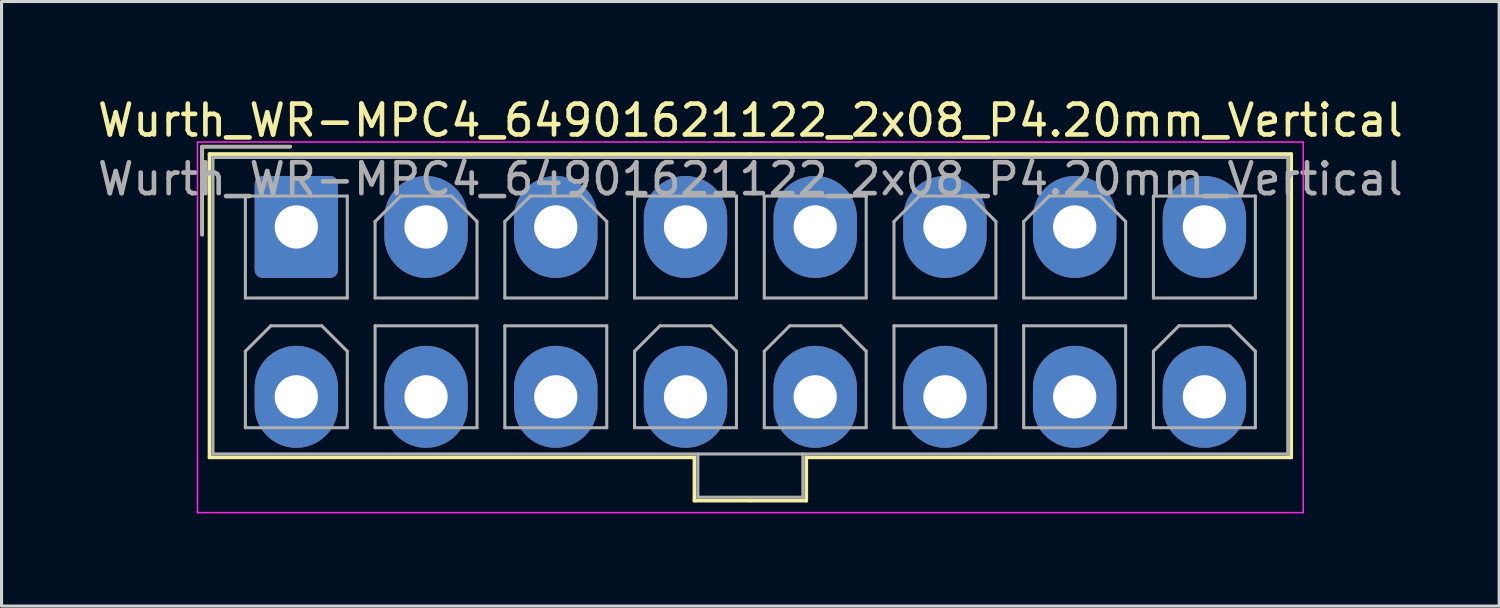
<source format=kicad_pcb>
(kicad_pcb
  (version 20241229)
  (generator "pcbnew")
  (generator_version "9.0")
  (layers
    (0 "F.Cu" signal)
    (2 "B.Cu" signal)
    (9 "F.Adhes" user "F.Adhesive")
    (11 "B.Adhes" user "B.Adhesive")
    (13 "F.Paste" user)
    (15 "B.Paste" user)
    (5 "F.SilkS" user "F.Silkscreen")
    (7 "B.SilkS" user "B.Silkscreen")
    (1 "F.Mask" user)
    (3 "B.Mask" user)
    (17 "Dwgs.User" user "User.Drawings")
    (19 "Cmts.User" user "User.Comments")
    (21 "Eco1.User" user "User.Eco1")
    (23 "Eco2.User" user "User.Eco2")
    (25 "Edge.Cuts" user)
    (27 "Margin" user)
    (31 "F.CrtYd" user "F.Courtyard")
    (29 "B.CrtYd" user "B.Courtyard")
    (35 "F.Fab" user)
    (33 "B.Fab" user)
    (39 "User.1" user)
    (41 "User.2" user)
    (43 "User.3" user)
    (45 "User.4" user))
  (footprint "Wurth_WR-MPC4_64901621122_2x08_P4.20mm_Vertical"
    (layer "F.Cu")
    (at 6.544 4.298)
    (property "Reference" "Wurth_WR-MPC4_64901621122_2x08_P4.20mm_Vertical" (at 14.7 -3.45 0) (layer "F.SilkS") (effects (font (size 1 1) (thickness 0.15))))
    (attr through_hole)
    (fp_line (start -3.05 -2.6) (end -3.05 0.25) (stroke (width 0.12) (type solid)) (layer "F.SilkS"))
    (fp_line (start -2.81 -2.36) (end -2.81 7.46) (stroke (width 0.12) (type solid)) (layer "F.SilkS"))
    (fp_line (start -2.81 7.46) (end 12.89 7.46) (stroke (width 0.12) (type solid)) (layer "F.SilkS"))
    (fp_line (start -0.2 -2.6) (end -3.05 -2.6) (stroke (width 0.12) (type solid)) (layer "F.SilkS"))
    (fp_line (start 12.89 7.46) (end 12.89 8.86) (stroke (width 0.12) (type solid)) (layer "F.SilkS"))
    (fp_line (start 12.89 8.86) (end 14.7 8.86) (stroke (width 0.12) (type solid)) (layer "F.SilkS"))
    (fp_line (start 14.7 -2.36) (end -2.81 -2.36) (stroke (width 0.12) (type solid)) (layer "F.SilkS"))
    (fp_line (start 14.7 -2.36) (end 32.21 -2.36) (stroke (width 0.12) (type solid)) (layer "F.SilkS"))
    (fp_line (start 16.51 7.46) (end 16.51 8.86) (stroke (width 0.12) (type solid)) (layer "F.SilkS"))
    (fp_line (start 16.51 8.86) (end 14.7 8.86) (stroke (width 0.12) (type solid)) (layer "F.SilkS"))
    (fp_line (start 32.21 -2.36) (end 32.21 7.46) (stroke (width 0.12) (type solid)) (layer "F.SilkS"))
    (fp_line (start 32.21 7.46) (end 16.51 7.46) (stroke (width 0.12) (type solid)) (layer "F.SilkS"))
    (fp_line (start -3.2 -2.75) (end -3.2 9.25) (stroke (width 0.05) (type solid)) (layer "F.CrtYd"))
    (fp_line (start -3.2 9.25) (end 32.6 9.25) (stroke (width 0.05) (type solid)) (layer "F.CrtYd"))
    (fp_line (start 32.6 -2.75) (end -3.2 -2.75) (stroke (width 0.05) (type solid)) (layer "F.CrtYd"))
    (fp_line (start 32.6 9.25) (end 32.6 -2.75) (stroke (width 0.05) (type solid)) (layer "F.CrtYd"))
    (fp_line (start -3.05 -2.6) (end -3.05 0.25) (stroke (width 0.1) (type solid)) (layer "F.Fab"))
    (fp_line (start -2.7 -2.25) (end -2.7 7.35) (stroke (width 0.1) (type solid)) (layer "F.Fab"))
    (fp_line (start -2.7 7.35) (end 32.1 7.35) (stroke (width 0.1) (type solid)) (layer "F.Fab"))
    (fp_line (start -1.65 -1) (end -1.65 2.3) (stroke (width 0.1) (type solid)) (layer "F.Fab"))
    (fp_line (start -1.65 2.3) (end 1.65 2.3) (stroke (width 0.1) (type solid)) (layer "F.Fab"))
    (fp_line (start -1.65 4.025) (end -0.825 3.2) (stroke (width 0.1) (type solid)) (layer "F.Fab"))
    (fp_line (start -1.65 6.5) (end -1.65 4.025) (stroke (width 0.1) (type solid)) (layer "F.Fab"))
    (fp_line (start -0.825 3.2) (end 0.825 3.2) (stroke (width 0.1) (type solid)) (layer "F.Fab"))
    (fp_line (start -0.2 -2.6) (end -3.05 -2.6) (stroke (width 0.1) (type solid)) (layer "F.Fab"))
    (fp_line (start 0.825 3.2) (end 1.65 4.025) (stroke (width 0.1) (type solid)) (layer "F.Fab"))
    (fp_line (start 1.65 -1) (end -1.65 -1) (stroke (width 0.1) (type solid)) (layer "F.Fab"))
    (fp_line (start 1.65 2.3) (end 1.65 -1) (stroke (width 0.1) (type solid)) (layer "F.Fab"))
    (fp_line (start 1.65 4.025) (end 1.65 6.5) (stroke (width 0.1) (type solid)) (layer "F.Fab"))
    (fp_line (start 1.65 6.5) (end -1.65 6.5) (stroke (width 0.1) (type solid)) (layer "F.Fab"))
    (fp_line (start 2.55 -0.175) (end 3.375 -1) (stroke (width 0.1) (type solid)) (layer "F.Fab"))
    (fp_line (start 2.55 2.3) (end 2.55 -0.175) (stroke (width 0.1) (type solid)) (layer "F.Fab"))
    (fp_line (start 2.55 3.2) (end 2.55 6.5) (stroke (width 0.1) (type solid)) (layer "F.Fab"))
    (fp_line (start 2.55 6.5) (end 5.85 6.5) (stroke (width 0.1) (type solid)) (layer "F.Fab"))
    (fp_line (start 3.375 -1) (end 5.025 -1) (stroke (width 0.1) (type solid)) (layer "F.Fab"))
    (fp_line (start 5.025 -1) (end 5.85 -0.175) (stroke (width 0.1) (type solid)) (layer "F.Fab"))
    (fp_line (start 5.85 -0.175) (end 5.85 2.3) (stroke (width 0.1) (type solid)) (layer "F.Fab"))
    (fp_line (start 5.85 2.3) (end 2.55 2.3) (stroke (width 0.1) (type solid)) (layer "F.Fab"))
    (fp_line (start 5.85 3.2) (end 2.55 3.2) (stroke (width 0.1) (type solid)) (layer "F.Fab"))
    (fp_line (start 5.85 6.5) (end 5.85 3.2) (stroke (width 0.1) (type solid)) (layer "F.Fab"))
    (fp_line (start 6.75 -0.175) (end 7.575 -1) (stroke (width 0.1) (type solid)) (layer "F.Fab"))
    (fp_line (start 6.75 2.3) (end 6.75 -0.175) (stroke (width 0.1) (type solid)) (layer "F.Fab"))
    (fp_line (start 6.75 3.2) (end 6.75 6.5) (stroke (width 0.1) (type solid)) (layer "F.Fab"))
    (fp_line (start 6.75 6.5) (end 10.05 6.5) (stroke (width 0.1) (type solid)) (layer "F.Fab"))
    (fp_line (start 7.575 -1) (end 9.225 -1) (stroke (width 0.1) (type solid)) (layer "F.Fab"))
    (fp_line (start 9.225 -1) (end 10.05 -0.175) (stroke (width 0.1) (type solid)) (layer "F.Fab"))
    (fp_line (start 10.05 -0.175) (end 10.05 2.3) (stroke (width 0.1) (type solid)) (layer "F.Fab"))
    (fp_line (start 10.05 2.3) (end 6.75 2.3) (stroke (width 0.1) (type solid)) (layer "F.Fab"))
    (fp_line (start 10.05 3.2) (end 6.75 3.2) (stroke (width 0.1) (type solid)) (layer "F.Fab"))
    (fp_line (start 10.05 6.5) (end 10.05 3.2) (stroke (width 0.1) (type solid)) (layer "F.Fab"))
    (fp_line (start 10.95 -1) (end 10.95 2.3) (stroke (width 0.1) (type solid)) (layer "F.Fab"))
    (fp_line (start 10.95 2.3) (end 14.25 2.3) (stroke (width 0.1) (type solid)) (layer "F.Fab"))
    (fp_line (start 10.95 4.025) (end 11.775 3.2) (stroke (width 0.1) (type solid)) (layer "F.Fab"))
    (fp_line (start 10.95 6.5) (end 10.95 4.025) (stroke (width 0.1) (type solid)) (layer "F.Fab"))
    (fp_line (start 11.775 3.2) (end 13.425 3.2) (stroke (width 0.1) (type solid)) (layer "F.Fab"))
    (fp_line (start 13 7.35) (end 13 8.75) (stroke (width 0.1) (type solid)) (layer "F.Fab"))
    (fp_line (start 13 8.75) (end 16.4 8.75) (stroke (width 0.1) (type solid)) (layer "F.Fab"))
    (fp_line (start 13.425 3.2) (end 14.25 4.025) (stroke (width 0.1) (type solid)) (layer "F.Fab"))
    (fp_line (start 14.25 -1) (end 10.95 -1) (stroke (width 0.1) (type solid)) (layer "F.Fab"))
    (fp_line (start 14.25 2.3) (end 14.25 -1) (stroke (width 0.1) (type solid)) (layer "F.Fab"))
    (fp_line (start 14.25 4.025) (end 14.25 6.5) (stroke (width 0.1) (type solid)) (layer "F.Fab"))
    (fp_line (start 14.25 6.5) (end 10.95 6.5) (stroke (width 0.1) (type solid)) (layer "F.Fab"))
    (fp_line (start 15.15 -1) (end 15.15 2.3) (stroke (width 0.1) (type solid)) (layer "F.Fab"))
    (fp_line (start 15.15 2.3) (end 18.45 2.3) (stroke (width 0.1) (type solid)) (layer "F.Fab"))
    (fp_line (start 15.15 4.025) (end 15.975 3.2) (stroke (width 0.1) (type solid)) (layer "F.Fab"))
    (fp_line (start 15.15 6.5) (end 15.15 4.025) (stroke (width 0.1) (type solid)) (layer "F.Fab"))
    (fp_line (start 15.975 3.2) (end 17.625 3.2) (stroke (width 0.1) (type solid)) (layer "F.Fab"))
    (fp_line (start 16.4 8.75) (end 16.4 7.35) (stroke (width 0.1) (type solid)) (layer "F.Fab"))
    (fp_line (start 17.625 3.2) (end 18.45 4.025) (stroke (width 0.1) (type solid)) (layer "F.Fab"))
    (fp_line (start 18.45 -1) (end 15.15 -1) (stroke (width 0.1) (type solid)) (layer "F.Fab"))
    (fp_line (start 18.45 2.3) (end 18.45 -1) (stroke (width 0.1) (type solid)) (layer "F.Fab"))
    (fp_line (start 18.45 4.025) (end 18.45 6.5) (stroke (width 0.1) (type solid)) (layer "F.Fab"))
    (fp_line (start 18.45 6.5) (end 15.15 6.5) (stroke (width 0.1) (type solid)) (layer "F.Fab"))
    (fp_line (start 19.35 -0.175) (end 20.175 -1) (stroke (width 0.1) (type solid)) (layer "F.Fab"))
    (fp_line (start 19.35 2.3) (end 19.35 -0.175) (stroke (width 0.1) (type solid)) (layer "F.Fab"))
    (fp_line (start 19.35 3.2) (end 19.35 6.5) (stroke (width 0.1) (type solid)) (layer "F.Fab"))
    (fp_line (start 19.35 6.5) (end 22.65 6.5) (stroke (width 0.1) (type solid)) (layer "F.Fab"))
    (fp_line (start 20.175 -1) (end 21.825 -1) (stroke (width 0.1) (type solid)) (layer "F.Fab"))
    (fp_line (start 21.825 -1) (end 22.65 -0.175) (stroke (width 0.1) (type solid)) (layer "F.Fab"))
    (fp_line (start 22.65 -0.175) (end 22.65 2.3) (stroke (width 0.1) (type solid)) (layer "F.Fab"))
    (fp_line (start 22.65 2.3) (end 19.35 2.3) (stroke (width 0.1) (type solid)) (layer "F.Fab"))
    (fp_line (start 22.65 3.2) (end 19.35 3.2) (stroke (width 0.1) (type solid)) (layer "F.Fab"))
    (fp_line (start 22.65 6.5) (end 22.65 3.2) (stroke (width 0.1) (type solid)) (layer "F.Fab"))
    (fp_line (start 23.55 -0.175) (end 24.375 -1) (stroke (width 0.1) (type solid)) (layer "F.Fab"))
    (fp_line (start 23.55 2.3) (end 23.55 -0.175) (stroke (width 0.1) (type solid)) (layer "F.Fab"))
    (fp_line (start 23.55 3.2) (end 23.55 6.5) (stroke (width 0.1) (type solid)) (layer "F.Fab"))
    (fp_line (start 23.55 6.5) (end 26.85 6.5) (stroke (width 0.1) (type solid)) (layer "F.Fab"))
    (fp_line (start 24.375 -1) (end 26.025 -1) (stroke (width 0.1) (type solid)) (layer "F.Fab"))
    (fp_line (start 26.025 -1) (end 26.85 -0.175) (stroke (width 0.1) (type solid)) (layer "F.Fab"))
    (fp_line (start 26.85 -0.175) (end 26.85 2.3) (stroke (width 0.1) (type solid)) (layer "F.Fab"))
    (fp_line (start 26.85 2.3) (end 23.55 2.3) (stroke (width 0.1) (type solid)) (layer "F.Fab"))
    (fp_line (start 26.85 3.2) (end 23.55 3.2) (stroke (width 0.1) (type solid)) (layer "F.Fab"))
    (fp_line (start 26.85 6.5) (end 26.85 3.2) (stroke (width 0.1) (type solid)) (layer "F.Fab"))
    (fp_line (start 27.75 -1) (end 27.75 2.3) (stroke (width 0.1) (type solid)) (layer "F.Fab"))
    (fp_line (start 27.75 2.3) (end 31.05 2.3) (stroke (width 0.1) (type solid)) (layer "F.Fab"))
    (fp_line (start 27.75 4.025) (end 28.575 3.2) (stroke (width 0.1) (type solid)) (layer "F.Fab"))
    (fp_line (start 27.75 6.5) (end 27.75 4.025) (stroke (width 0.1) (type solid)) (layer "F.Fab"))
    (fp_line (start 28.575 3.2) (end 30.225 3.2) (stroke (width 0.1) (type solid)) (layer "F.Fab"))
    (fp_line (start 30.225 3.2) (end 31.05 4.025) (stroke (width 0.1) (type solid)) (layer "F.Fab"))
    (fp_line (start 31.05 -1) (end 27.75 -1) (stroke (width 0.1) (type solid)) (layer "F.Fab"))
    (fp_line (start 31.05 2.3) (end 31.05 -1) (stroke (width 0.1) (type solid)) (layer "F.Fab"))
    (fp_line (start 31.05 4.025) (end 31.05 6.5) (stroke (width 0.1) (type solid)) (layer "F.Fab"))
    (fp_line (start 31.05 6.5) (end 27.75 6.5) (stroke (width 0.1) (type solid)) (layer "F.Fab"))
    (fp_line (start 32.1 -2.25) (end -2.7 -2.25) (stroke (width 0.1) (type solid)) (layer "F.Fab"))
    (fp_line (start 32.1 7.35) (end 32.1 -2.25) (stroke (width 0.1) (type solid)) (layer "F.Fab"))
    (fp_text user "${REFERENCE}" (at 14.7 -1.55 0) (layer "F.Fab") (effects (font (size 1 1) (thickness 0.15))))
    (pad "1" thru_hole roundrect (at 0 0) (size 2.7 3.3) (drill 1.4) (layers "*.Cu" "*.Mask") (roundrect_rratio 0.093))
    (pad "2" thru_hole oval (at 4.2 0) (size 2.7 3.3) (drill 1.4) (layers "*.Cu" "*.Mask"))
    (pad "3" thru_hole oval (at 8.4 0) (size 2.7 3.3) (drill 1.4) (layers "*.Cu" "*.Mask"))
    (pad "4" thru_hole oval (at 12.6 0) (size 2.7 3.3) (drill 1.4) (layers "*.Cu" "*.Mask"))
    (pad "5" thru_hole oval (at 16.8 0) (size 2.7 3.3) (drill 1.4) (layers "*.Cu" "*.Mask"))
    (pad "6" thru_hole oval (at 21 0) (size 2.7 3.3) (drill 1.4) (layers "*.Cu" "*.Mask"))
    (pad "7" thru_hole oval (at 25.2 0) (size 2.7 3.3) (drill 1.4) (layers "*.Cu" "*.Mask"))
    (pad "8" thru_hole oval (at 29.4 0) (size 2.7 3.3) (drill 1.4) (layers "*.Cu" "*.Mask"))
    (pad "9" thru_hole oval (at 0 5.5) (size 2.7 3.3) (drill 1.4) (layers "*.Cu" "*.Mask"))
    (pad "10" thru_hole oval (at 4.2 5.5) (size 2.7 3.3) (drill 1.4) (layers "*.Cu" "*.Mask"))
    (pad "11" thru_hole oval (at 8.4 5.5) (size 2.7 3.3) (drill 1.4) (layers "*.Cu" "*.Mask"))
    (pad "12" thru_hole oval (at 12.6 5.5) (size 2.7 3.3) (drill 1.4) (layers "*.Cu" "*.Mask"))
    (pad "13" thru_hole oval (at 16.8 5.5) (size 2.7 3.3) (drill 1.4) (layers "*.Cu" "*.Mask"))
    (pad "14" thru_hole oval (at 21 5.5) (size 2.7 3.3) (drill 1.4) (layers "*.Cu" "*.Mask"))
    (pad "15" thru_hole oval (at 25.2 5.5) (size 2.7 3.3) (drill 1.4) (layers "*.Cu" "*.Mask"))
    (pad "16" thru_hole oval (at 29.4 5.5) (size 2.7 3.3) (drill 1.4) (layers "*.Cu" "*.Mask")))
  (gr_rect
    (start -3 -3)
    (end 45.488 16.573)
    (stroke (width 0.1) (type default))
    (fill no)
    (layer "Edge.Cuts")))
</source>
